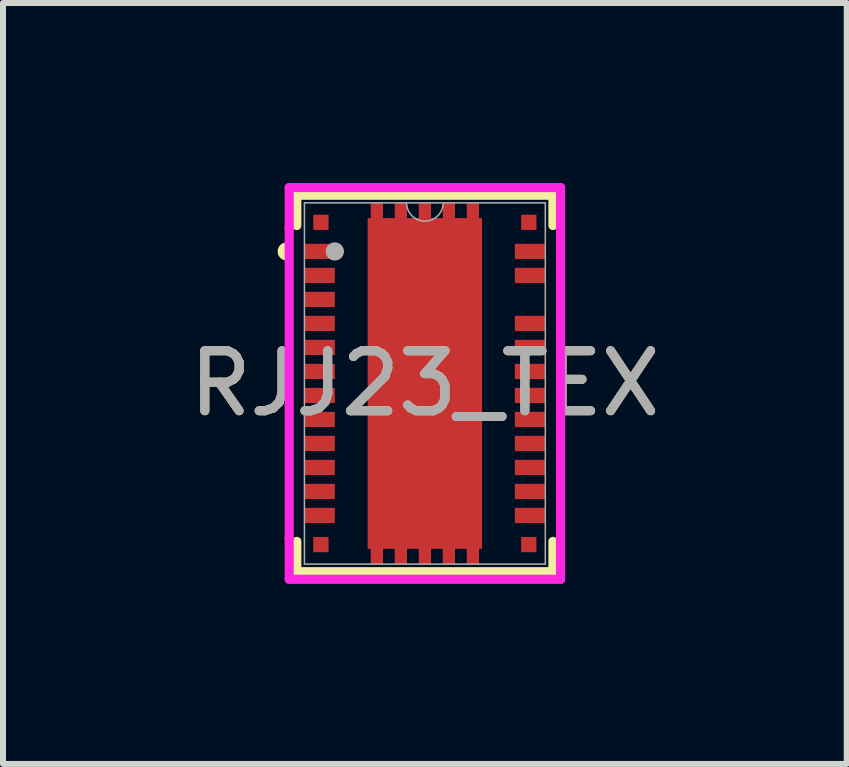
<source format=kicad_pcb>
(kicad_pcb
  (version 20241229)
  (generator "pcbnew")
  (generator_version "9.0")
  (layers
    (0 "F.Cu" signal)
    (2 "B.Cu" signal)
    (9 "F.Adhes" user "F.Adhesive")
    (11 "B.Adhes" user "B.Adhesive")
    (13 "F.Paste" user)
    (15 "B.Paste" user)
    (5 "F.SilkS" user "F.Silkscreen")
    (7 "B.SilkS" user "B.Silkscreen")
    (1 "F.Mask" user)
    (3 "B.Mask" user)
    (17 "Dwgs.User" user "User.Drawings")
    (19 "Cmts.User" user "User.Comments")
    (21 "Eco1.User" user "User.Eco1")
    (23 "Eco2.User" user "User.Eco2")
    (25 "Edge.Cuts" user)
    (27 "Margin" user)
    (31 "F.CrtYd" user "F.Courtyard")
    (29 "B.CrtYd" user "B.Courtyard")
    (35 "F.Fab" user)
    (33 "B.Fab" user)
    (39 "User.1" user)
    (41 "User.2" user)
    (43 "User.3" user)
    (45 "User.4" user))
  (footprint "RJJ23_TEX"
    (layer "F.Cu")
    (at 4.03 3.34)
    (property "Reference" "RJJ23_TEX" (at 0 0 0) (unlocked yes) (layer "F.SilkS") (effects (font (size 1 1) (thickness 0.15))))
    (attr smd)
    (fp_poly (pts (xy -0.953 -2.756) (xy -0.902 -2.756) (xy -0.902 -3.01) (xy -0.698 -3.01) (xy -0.698 -2.756) (xy -0.502 -2.756) (xy -0.502 -3.01) (xy -0.298 -3.01) (xy -0.298 -2.756) (xy -0.102 -2.756) (xy -0.102 -3.01) (xy 0.102 -3.01) (xy 0.102 -2.756) (xy 0.298 -2.756) (xy 0.298 -3.01) (xy 0.502 -3.01) (xy 0.502 -2.756) (xy 0.698 -2.756) (xy 0.698 -3.01) (xy 0.902 -3.01) (xy 0.902 -2.756) (xy 0.953 -2.756) (xy 0.953 2.756) (xy 0.902 2.756) (xy 0.902 3.01) (xy 0.698 3.01) (xy 0.698 2.756) (xy 0.502 2.756) (xy 0.502 3.01) (xy 0.298 3.01) (xy 0.298 2.756) (xy 0.102 2.756) (xy 0.102 3.01) (xy -0.102 3.01) (xy -0.102 2.756) (xy -0.298 2.756) (xy -0.298 3.01) (xy -0.502 3.01) (xy -0.502 2.756) (xy -0.698 2.756) (xy -0.698 3.01) (xy -0.902 3.01) (xy -0.902 2.756) (xy -0.953 2.756)) (stroke (width 0) (type solid)) (fill yes) (layer "F.Cu"))
    (fp_line (start -2.134 -3.137) (end -2.134 -2.632) (stroke (width 0.152) (type solid)) (layer "F.SilkS"))
    (fp_line (start -2.134 2.632) (end -2.134 3.137) (stroke (width 0.152) (type solid)) (layer "F.SilkS"))
    (fp_line (start -2.134 3.137) (end 2.134 3.137) (stroke (width 0.152) (type solid)) (layer "F.SilkS"))
    (fp_line (start 2.134 -3.137) (end -2.134 -3.137) (stroke (width 0.152) (type solid)) (layer "F.SilkS"))
    (fp_line (start 2.134 -2.632) (end 2.134 -3.137) (stroke (width 0.152) (type solid)) (layer "F.SilkS"))
    (fp_line (start 2.134 3.137) (end 2.134 2.632) (stroke (width 0.152) (type solid)) (layer "F.SilkS"))
    (fp_arc (start -2.332742 -2.130453) (mid -2.3778 -2.199999) (end -2.332742 -2.269546) (stroke (width 0.1524) (type solid)) (layer "F.SilkS"))
    (fp_poly (pts (xy -0.853 -2.656) (xy -0.853 -1.478) (xy 0.853 -1.478) (xy 0.853 -2.656)) (stroke (width 0) (type solid)) (fill yes) (layer "F.Paste"))
    (fp_poly (pts (xy -0.853 -1.278) (xy -0.853 -0.1) (xy 0.853 -0.1) (xy 0.853 -1.278)) (stroke (width 0) (type solid)) (fill yes) (layer "F.Paste"))
    (fp_poly (pts (xy -0.853 0.1) (xy -0.853 1.278) (xy 0.853 1.278) (xy 0.853 0.1)) (stroke (width 0) (type solid)) (fill yes) (layer "F.Paste"))
    (fp_poly (pts (xy -0.853 1.478) (xy -0.853 2.656) (xy 0.853 2.656) (xy 0.853 1.478)) (stroke (width 0) (type solid)) (fill yes) (layer "F.Paste"))
    (fp_line (start -2.261 -3.264) (end 2.261 -3.264) (stroke (width 0.152) (type solid)) (layer "F.CrtYd"))
    (fp_line (start -2.261 -2.581) (end -2.261 -3.264) (stroke (width 0.152) (type solid)) (layer "F.CrtYd"))
    (fp_line (start -2.261 -2.581) (end -2.261 -2.581) (stroke (width 0.152) (type solid)) (layer "F.CrtYd"))
    (fp_line (start -2.261 2.581) (end -2.261 -2.581) (stroke (width 0.152) (type solid)) (layer "F.CrtYd"))
    (fp_line (start -2.261 2.581) (end -2.261 2.581) (stroke (width 0.152) (type solid)) (layer "F.CrtYd"))
    (fp_line (start -2.261 3.264) (end -2.261 2.581) (stroke (width 0.152) (type solid)) (layer "F.CrtYd"))
    (fp_line (start 2.261 -3.264) (end 2.261 -2.581) (stroke (width 0.152) (type solid)) (layer "F.CrtYd"))
    (fp_line (start 2.261 -2.581) (end 2.261 -2.581) (stroke (width 0.152) (type solid)) (layer "F.CrtYd"))
    (fp_line (start 2.261 -2.581) (end 2.261 2.581) (stroke (width 0.152) (type solid)) (layer "F.CrtYd"))
    (fp_line (start 2.261 2.581) (end 2.261 2.581) (stroke (width 0.152) (type solid)) (layer "F.CrtYd"))
    (fp_line (start 2.261 2.581) (end 2.261 3.264) (stroke (width 0.152) (type solid)) (layer "F.CrtYd"))
    (fp_line (start 2.261 3.264) (end -2.261 3.264) (stroke (width 0.152) (type solid)) (layer "F.CrtYd"))
    (fp_line (start -2.007 -3.01) (end -2.007 3.01) (stroke (width 0.025) (type solid)) (layer "F.Fab"))
    (fp_line (start -2.007 3.01) (end 2.007 3.01) (stroke (width 0.025) (type solid)) (layer "F.Fab"))
    (fp_line (start 2.007 -3.01) (end -2.007 -3.01) (stroke (width 0.025) (type solid)) (layer "F.Fab"))
    (fp_line (start 2.007 3.01) (end 2.007 -3.01) (stroke (width 0.025) (type solid)) (layer "F.Fab"))
    (fp_arc (start 0.3048 -3.0099) (mid 0 -2.7051) (end -0.3048 -3.0099) (stroke (width 0.0254) (type solid)) (layer "F.Fab"))
    (fp_circle (center -1.5 -2.2) (end -1.5 -2.2) (stroke (width 0.152) (type solid)) (fill no) (layer "F.Fab"))
    (fp_text user "${REFERENCE}" (at 0 0 0) (unlocked yes) (layer "F.Fab") (effects (font (size 1 1) (thickness 0.15))))
    (pad "1" smd rect (at -1.75 -2.2) (size 0.5 0.254) (layers "F.Cu" "F.Mask" "F.Paste"))
    (pad "2" smd rect (at -1.75 -1.8) (size 0.5 0.254) (layers "F.Cu" "F.Mask" "F.Paste"))
    (pad "3" smd rect (at -1.75 -1.4) (size 0.5 0.254) (layers "F.Cu" "F.Mask" "F.Paste"))
    (pad "4" smd rect (at -1.75 -1) (size 0.5 0.254) (layers "F.Cu" "F.Mask" "F.Paste"))
    (pad "5" smd rect (at -1.75 -0.6) (size 0.5 0.254) (layers "F.Cu" "F.Mask" "F.Paste"))
    (pad "6" smd rect (at -1.75 -0.2) (size 0.5 0.254) (layers "F.Cu" "F.Mask" "F.Paste"))
    (pad "7" smd rect (at -1.75 0.2) (size 0.5 0.254) (layers "F.Cu" "F.Mask" "F.Paste"))
    (pad "8" smd rect (at -1.75 0.6) (size 0.5 0.254) (layers "F.Cu" "F.Mask" "F.Paste"))
    (pad "9" smd rect (at -1.75 1) (size 0.5 0.254) (layers "F.Cu" "F.Mask" "F.Paste"))
    (pad "10" smd rect (at -1.75 1.4) (size 0.5 0.254) (layers "F.Cu" "F.Mask" "F.Paste"))
    (pad "11" smd rect (at -1.75 1.8) (size 0.5 0.254) (layers "F.Cu" "F.Mask" "F.Paste"))
    (pad "12" smd rect (at -1.75 2.2) (size 0.5 0.254) (layers "F.Cu" "F.Mask" "F.Paste"))
    (pad "13" smd rect (at 1.75 2.2) (size 0.5 0.254) (layers "F.Cu" "F.Mask" "F.Paste"))
    (pad "14" smd rect (at 1.75 1.8) (size 0.5 0.254) (layers "F.Cu" "F.Mask" "F.Paste"))
    (pad "15" smd rect (at 1.75 1.4) (size 0.5 0.254) (layers "F.Cu" "F.Mask" "F.Paste"))
    (pad "16" smd rect (at 1.75 1) (size 0.5 0.254) (layers "F.Cu" "F.Mask" "F.Paste"))
    (pad "17" smd rect (at 1.75 0.6) (size 0.5 0.254) (layers "F.Cu" "F.Mask" "F.Paste"))
    (pad "18" smd rect (at 1.75 0.2) (size 0.5 0.254) (layers "F.Cu" "F.Mask" "F.Paste"))
    (pad "19" smd rect (at 1.75 -0.2) (size 0.5 0.254) (layers "F.Cu" "F.Mask" "F.Paste"))
    (pad "20" smd rect (at 1.75 -0.6) (size 0.5 0.254) (layers "F.Cu" "F.Mask" "F.Paste"))
    (pad "21" smd rect (at 1.75 -1) (size 0.5 0.254) (layers "F.Cu" "F.Mask" "F.Paste"))
    (pad "23" smd rect (at 1.75 -1.8) (size 0.5 0.254) (layers "F.Cu" "F.Mask" "F.Paste"))
    (pad "24" smd rect (at 1.75 -2.2) (size 0.5 0.254) (layers "F.Cu" "F.Mask" "F.Paste"))
    (pad "25" smd rect (at 0 0) (size 0.127 0.127) (layers "F.Cu" "F.Mask" "F.Paste"))
    (pad "A1" smd rect (at -1.732 -2.685) (size 0.254 0.254) (layers "F.Cu" "F.Mask" "F.Paste"))
    (pad "A2" smd rect (at -1.732 2.685) (size 0.254 0.254) (layers "F.Cu" "F.Mask" "F.Paste"))
    (pad "A3" smd rect (at 1.732 2.685) (size 0.254 0.254) (layers "F.Cu" "F.Mask" "F.Paste"))
    (pad "A4" smd rect (at 1.732 -2.685) (size 0.254 0.254) (layers "F.Cu" "F.Mask" "F.Paste")))
  (gr_rect
    (start -3 -3)
    (end 11.06 9.68)
    (stroke (width 0.1) (type default))
    (fill no)
    (layer "Edge.Cuts")))
</source>
